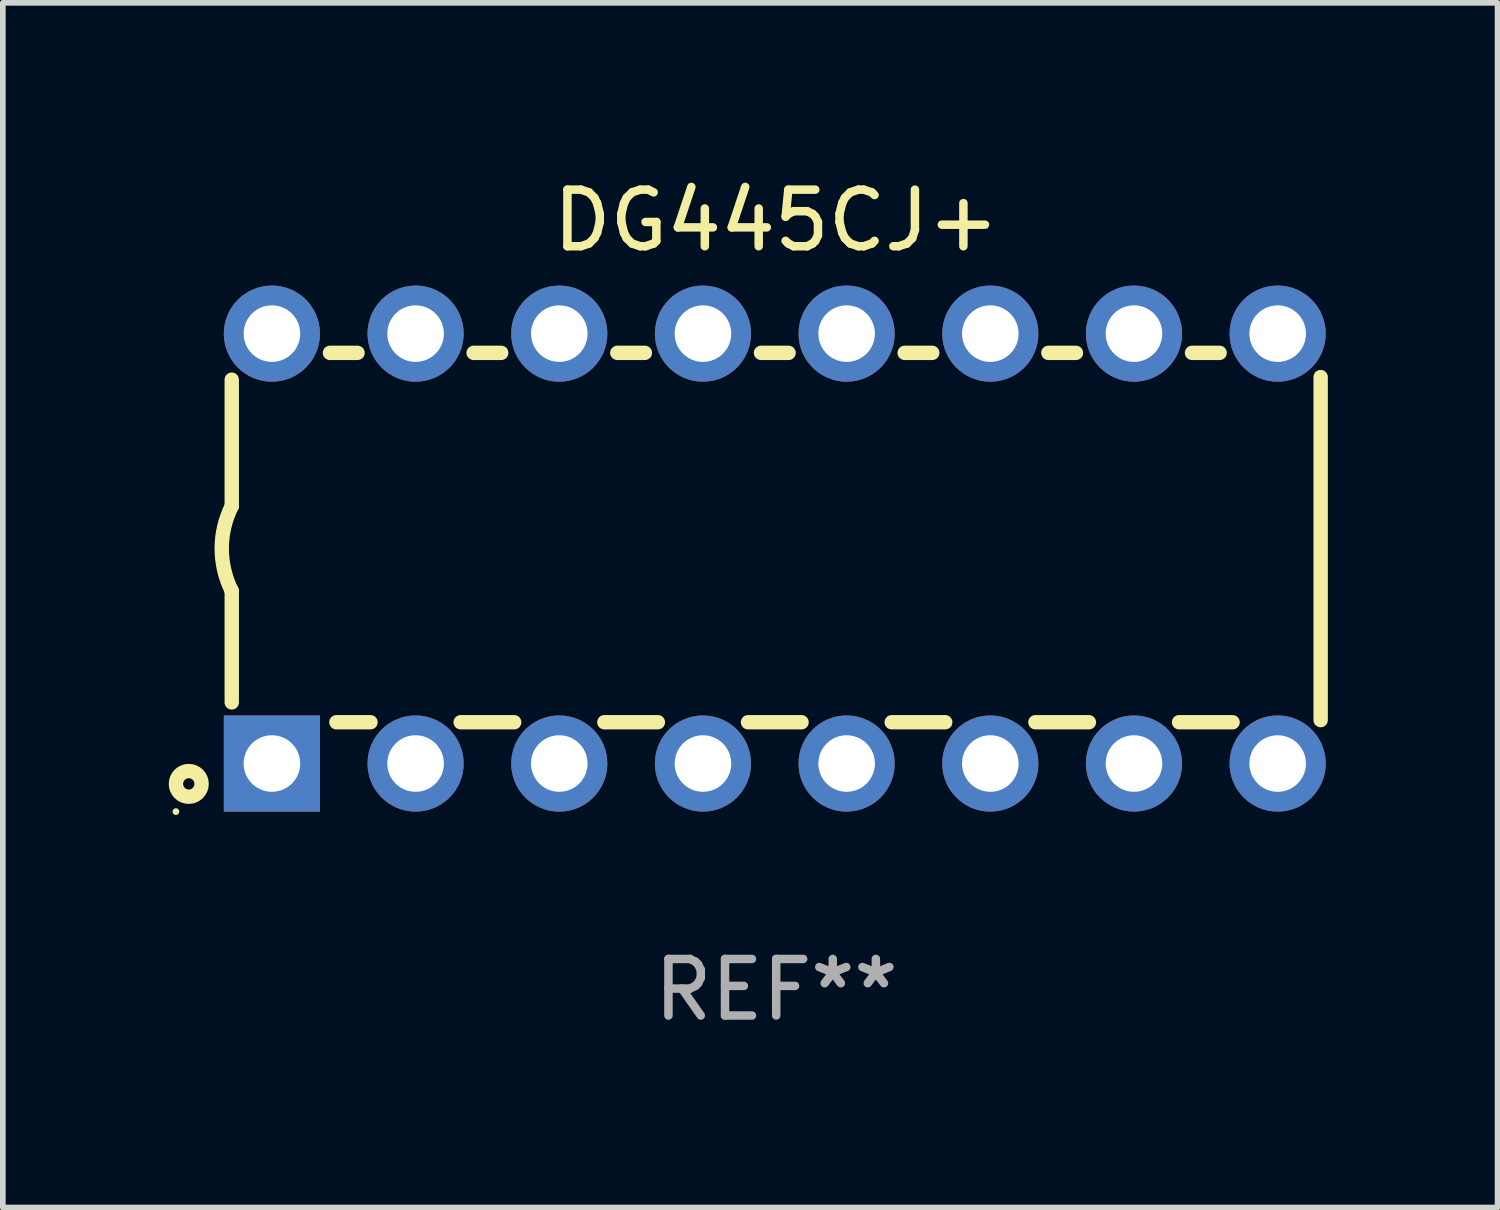
<source format=kicad_pcb>
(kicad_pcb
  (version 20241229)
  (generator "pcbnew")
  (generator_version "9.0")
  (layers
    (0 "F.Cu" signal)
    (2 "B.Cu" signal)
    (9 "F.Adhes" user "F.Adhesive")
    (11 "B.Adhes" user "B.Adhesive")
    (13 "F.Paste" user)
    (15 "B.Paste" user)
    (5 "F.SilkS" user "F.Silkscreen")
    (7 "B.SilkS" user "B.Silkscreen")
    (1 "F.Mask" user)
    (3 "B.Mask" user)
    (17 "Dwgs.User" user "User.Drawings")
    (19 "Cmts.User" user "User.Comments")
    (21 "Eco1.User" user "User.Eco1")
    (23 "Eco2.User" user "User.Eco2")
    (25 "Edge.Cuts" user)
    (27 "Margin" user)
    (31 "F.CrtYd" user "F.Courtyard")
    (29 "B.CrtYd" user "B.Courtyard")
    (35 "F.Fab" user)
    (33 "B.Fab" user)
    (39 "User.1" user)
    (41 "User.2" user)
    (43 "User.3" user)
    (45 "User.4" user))
  (footprint "DG445CJ+"
    (layer "F.Cu")
    (at 10.672 6.648)
    (property "Reference" "DG445CJ+" (at 0 -5.8 0) (layer "F.SilkS") (effects (font (size 1 1) (thickness 0.15))))
    (attr through_hole)
    (fp_line (start -9.625 -0.75) (end -9.625 -2.986) (stroke (width 0.254) (type solid)) (layer "F.SilkS"))
    (fp_line (start -9.625 0.749) (end -9.625 2.719) (stroke (width 0.254) (type solid)) (layer "F.SilkS"))
    (fp_line (start -7.889 -3.46) (end -7.401 -3.46) (stroke (width 0.254) (type solid)) (layer "F.SilkS"))
    (fp_line (start -7.775 3.07) (end -7.172 3.07) (stroke (width 0.254) (type solid)) (layer "F.SilkS"))
    (fp_line (start -5.578 3.07) (end -4.632 3.07) (stroke (width 0.254) (type solid)) (layer "F.SilkS"))
    (fp_line (start -5.349 -3.46) (end -4.861 -3.46) (stroke (width 0.254) (type solid)) (layer "F.SilkS"))
    (fp_line (start -3.038 3.07) (end -2.092 3.07) (stroke (width 0.254) (type solid)) (layer "F.SilkS"))
    (fp_line (start -2.809 -3.46) (end -2.321 -3.46) (stroke (width 0.254) (type solid)) (layer "F.SilkS"))
    (fp_line (start -0.498 3.07) (end 0.448 3.07) (stroke (width 0.254) (type solid)) (layer "F.SilkS"))
    (fp_line (start -0.269 -3.46) (end 0.219 -3.46) (stroke (width 0.254) (type solid)) (layer "F.SilkS"))
    (fp_line (start 2.042 3.07) (end 2.988 3.07) (stroke (width 0.254) (type solid)) (layer "F.SilkS"))
    (fp_line (start 2.271 -3.46) (end 2.759 -3.46) (stroke (width 0.254) (type solid)) (layer "F.SilkS"))
    (fp_line (start 4.582 3.07) (end 5.528 3.07) (stroke (width 0.254) (type solid)) (layer "F.SilkS"))
    (fp_line (start 4.811 -3.46) (end 5.299 -3.46) (stroke (width 0.254) (type solid)) (layer "F.SilkS"))
    (fp_line (start 7.122 3.07) (end 8.068 3.07) (stroke (width 0.254) (type solid)) (layer "F.SilkS"))
    (fp_line (start 7.351 -3.46) (end 7.839 -3.46) (stroke (width 0.254) (type solid)) (layer "F.SilkS"))
    (fp_line (start 9.625 3.032) (end 9.625 -3.032) (stroke (width 0.254) (type solid)) (layer "F.SilkS"))
    (fp_arc (start -9.624993 0.748819) (mid -9.801912 -0.000581) (end -9.625019 -0.749987) (stroke (width 0.254001) (type solid)) (layer "F.SilkS"))
    (fp_circle (center -10.612 4.65) (end -10.582 4.65) (stroke (width 0.06) (type solid)) (fill no) (layer "F.SilkS"))
    (fp_circle (center -10.385 4.16) (end -10.285 4.16) (stroke (width 0.254) (type solid)) (fill no) (layer "F.SilkS"))
    (fp_text user "REF**" (at 0 7.8 0) (layer "F.Fab") (effects (font (size 1 1) (thickness 0.15))))
    (pad "1" thru_hole rect (at -8.915 3.8 90) (size 1.7 1.7) (drill 1) (layers "*.Cu" "*.Mask"))
    (pad "2" thru_hole circle (at -6.375 3.8) (size 1.7 1.7) (drill 1) (layers "*.Cu" "*.Mask"))
    (pad "3" thru_hole circle (at -3.835 3.8) (size 1.7 1.7) (drill 1) (layers "*.Cu" "*.Mask"))
    (pad "4" thru_hole circle (at -1.295 3.8) (size 1.7 1.7) (drill 1) (layers "*.Cu" "*.Mask"))
    (pad "5" thru_hole circle (at 1.245 3.8) (size 1.7 1.7) (drill 1) (layers "*.Cu" "*.Mask"))
    (pad "6" thru_hole circle (at 3.785 3.8) (size 1.7 1.7) (drill 1) (layers "*.Cu" "*.Mask"))
    (pad "7" thru_hole circle (at 6.325 3.8) (size 1.7 1.7) (drill 1) (layers "*.Cu" "*.Mask"))
    (pad "8" thru_hole circle (at 8.865 3.8) (size 1.7 1.7) (drill 1) (layers "*.Cu" "*.Mask"))
    (pad "9" thru_hole circle (at 8.865 -3.8) (size 1.7 1.7) (drill 1) (layers "*.Cu" "*.Mask"))
    (pad "10" thru_hole circle (at 6.325 -3.8) (size 1.7 1.7) (drill 1) (layers "*.Cu" "*.Mask"))
    (pad "11" thru_hole circle (at 3.785 -3.8) (size 1.7 1.7) (drill 1) (layers "*.Cu" "*.Mask"))
    (pad "12" thru_hole circle (at 1.245 -3.8) (size 1.7 1.7) (drill 1) (layers "*.Cu" "*.Mask"))
    (pad "13" thru_hole circle (at -1.295 -3.8) (size 1.7 1.7) (drill 1) (layers "*.Cu" "*.Mask"))
    (pad "14" thru_hole circle (at -3.835 -3.8) (size 1.7 1.7) (drill 1) (layers "*.Cu" "*.Mask"))
    (pad "15" thru_hole circle (at -6.375 -3.8) (size 1.7 1.7) (drill 1) (layers "*.Cu" "*.Mask"))
    (pad "16" thru_hole circle (at -8.915 -3.8) (size 1.7 1.7) (drill 1) (layers "*.Cu" "*.Mask")))
  (gr_rect
    (start -3 -3)
    (end 23.424 18.297)
    (stroke (width 0.1) (type default))
    (fill no)
    (layer "Edge.Cuts")))
</source>
